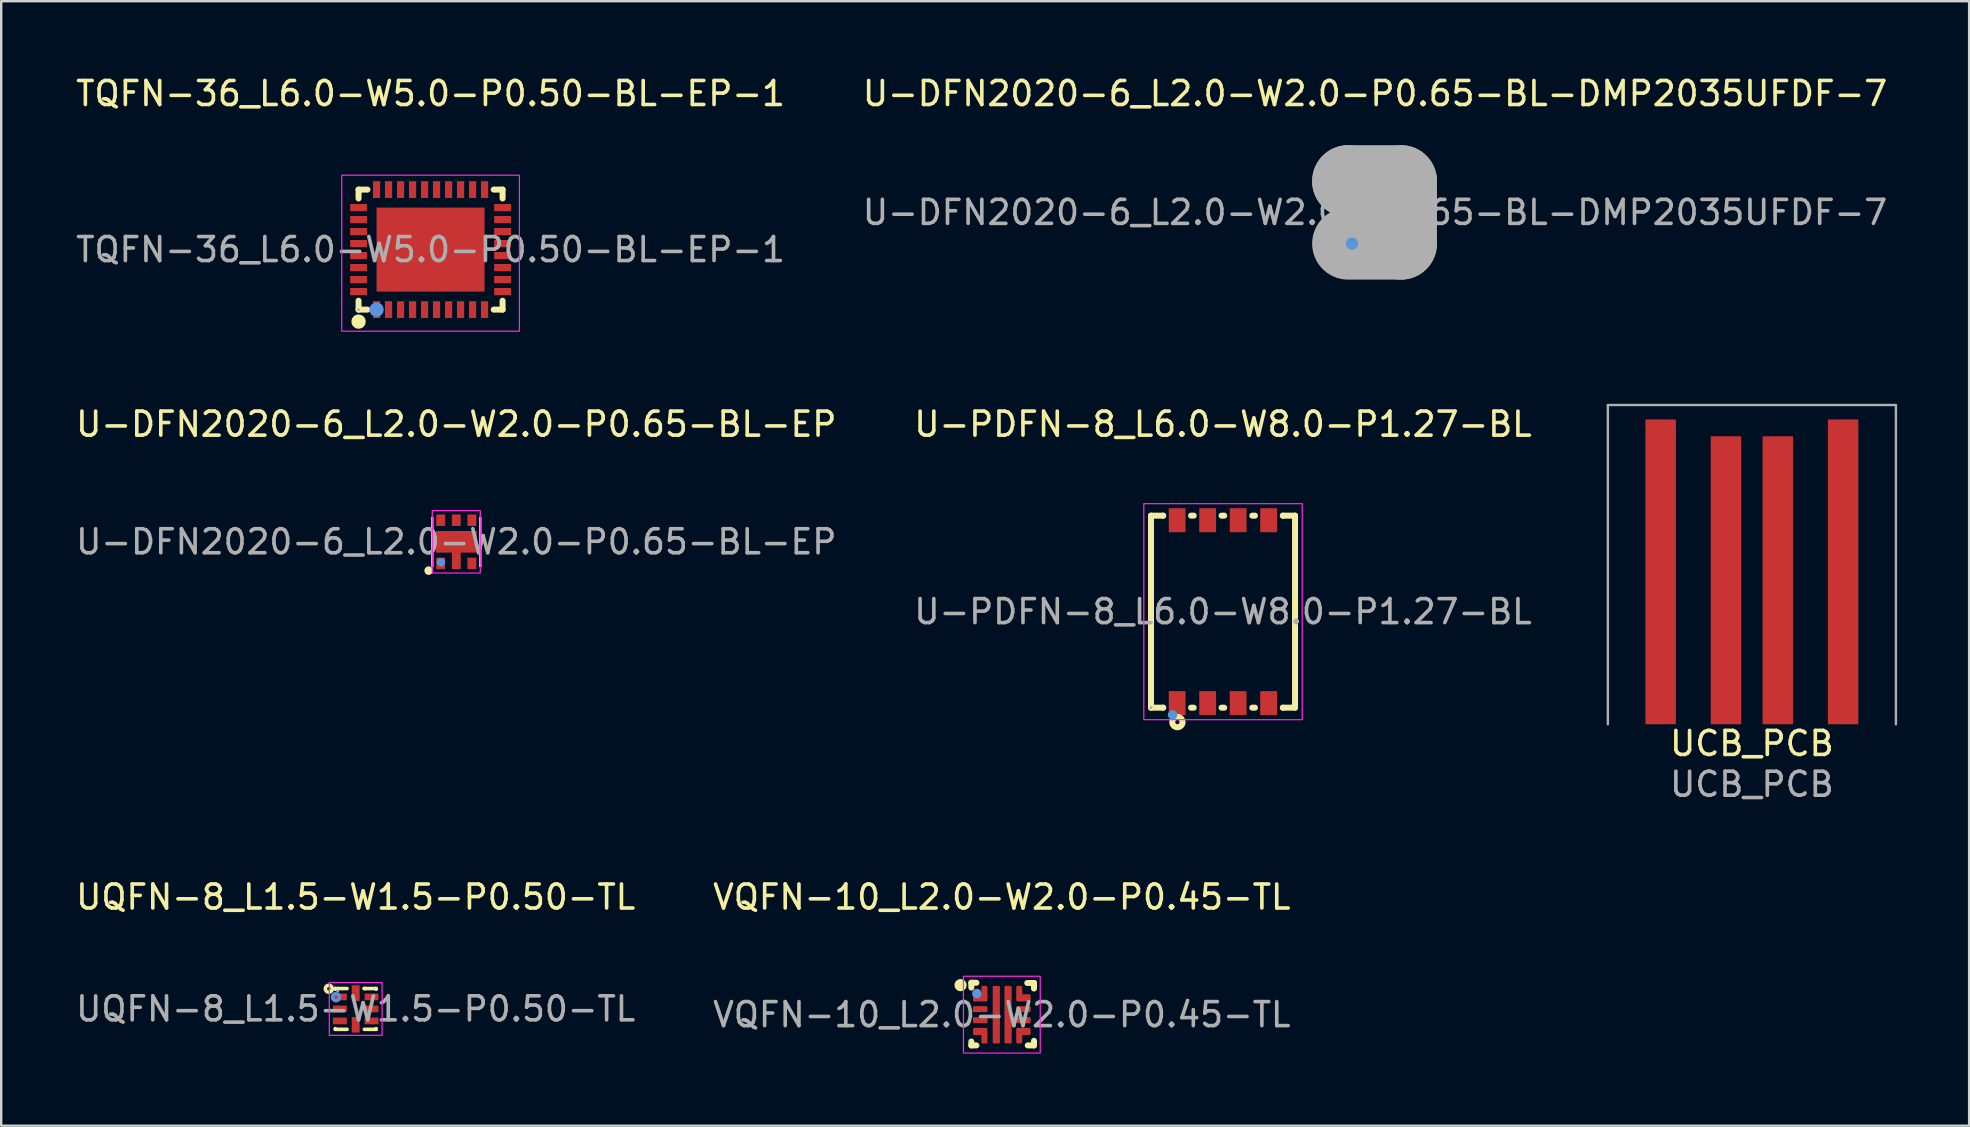
<source format=kicad_pcb>
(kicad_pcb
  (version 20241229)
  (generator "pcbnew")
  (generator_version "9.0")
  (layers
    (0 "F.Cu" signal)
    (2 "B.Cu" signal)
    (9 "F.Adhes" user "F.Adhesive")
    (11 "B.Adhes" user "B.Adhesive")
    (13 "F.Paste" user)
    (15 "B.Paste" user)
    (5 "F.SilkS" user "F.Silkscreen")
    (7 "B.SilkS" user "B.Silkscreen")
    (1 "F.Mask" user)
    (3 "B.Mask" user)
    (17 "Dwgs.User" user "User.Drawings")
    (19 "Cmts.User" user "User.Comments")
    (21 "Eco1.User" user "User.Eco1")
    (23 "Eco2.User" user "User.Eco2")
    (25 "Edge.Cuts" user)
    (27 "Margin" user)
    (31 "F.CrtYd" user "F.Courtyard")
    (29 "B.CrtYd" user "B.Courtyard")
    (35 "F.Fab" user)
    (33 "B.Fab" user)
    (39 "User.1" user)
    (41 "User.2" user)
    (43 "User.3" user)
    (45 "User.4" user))
  (footprint "TQFN-36_L6.0-W5.0-P0.50-BL-EP-1"
    (layer "F.Cu")
    (at 14.887 7.348)
    (property "Reference" "TQFN-36_L6.0-W5.0-P0.50-BL-EP-1" (at 0 -6.5 0) (layer "F.SilkS") (effects (font (size 1 1) (thickness 0.15))))
    (attr smd)
    (fp_line (start -3 -2.5) (end -3 -2.13) (stroke (width 0.25) (type solid)) (layer "F.SilkS"))
    (fp_line (start -3 -2.5) (end -2.63 -2.5) (stroke (width 0.25) (type solid)) (layer "F.SilkS"))
    (fp_line (start -3 2.13) (end -3 2.5) (stroke (width 0.25) (type solid)) (layer "F.SilkS"))
    (fp_line (start -3 2.5) (end -2.63 2.5) (stroke (width 0.25) (type solid)) (layer "F.SilkS"))
    (fp_line (start 2.63 -2.5) (end 3 -2.5) (stroke (width 0.25) (type solid)) (layer "F.SilkS"))
    (fp_line (start 2.63 2.5) (end 3 2.5) (stroke (width 0.25) (type solid)) (layer "F.SilkS"))
    (fp_line (start 3 -2.13) (end 3 -2.5) (stroke (width 0.25) (type solid)) (layer "F.SilkS"))
    (fp_line (start 3 2.5) (end 3 2.13) (stroke (width 0.25) (type solid)) (layer "F.SilkS"))
    (fp_circle (center -3 3) (end -2.85 3) (stroke (width 0.3) (type solid)) (fill no) (layer "F.SilkS"))
    (fp_circle (center -2.25 2.5) (end -2.1 2.5) (stroke (width 0.3) (type solid)) (fill no) (layer "Cmts.User"))
    (fp_rect (start -3.7 -3.1) (end 3.7 3.4) (stroke (width 0.05) (type default)) (fill no) (layer "F.CrtYd"))
    (fp_circle (center -3 2.5) (end -2.97 2.5) (stroke (width 0.06) (type solid)) (fill no) (layer "F.Fab"))
    (fp_text user "${REFERENCE}" (at 0 0 0) (layer "F.Fab") (effects (font (size 1 1) (thickness 0.15))))
    (pad "1" smd rect (at -2.25 2.5 180) (size 0.3 0.7) (layers "F.Cu" "F.Mask" "F.Paste"))
    (pad "2" smd rect (at -1.75 2.5 180) (size 0.3 0.7) (layers "F.Cu" "F.Mask" "F.Paste"))
    (pad "3" smd rect (at -1.25 2.5 180) (size 0.3 0.7) (layers "F.Cu" "F.Mask" "F.Paste"))
    (pad "4" smd rect (at -0.75 2.5 180) (size 0.3 0.7) (layers "F.Cu" "F.Mask" "F.Paste"))
    (pad "5" smd rect (at -0.25 2.5 180) (size 0.3 0.7) (layers "F.Cu" "F.Mask" "F.Paste"))
    (pad "6" smd rect (at 0.25 2.5 180) (size 0.3 0.7) (layers "F.Cu" "F.Mask" "F.Paste"))
    (pad "7" smd rect (at 0.75 2.5 180) (size 0.3 0.7) (layers "F.Cu" "F.Mask" "F.Paste"))
    (pad "8" smd rect (at 1.25 2.5 180) (size 0.3 0.7) (layers "F.Cu" "F.Mask" "F.Paste"))
    (pad "9" smd rect (at 1.75 2.5 180) (size 0.3 0.7) (layers "F.Cu" "F.Mask" "F.Paste"))
    (pad "10" smd rect (at 2.25 2.5 180) (size 0.3 0.7) (layers "F.Cu" "F.Mask" "F.Paste"))
    (pad "11" smd rect (at 3 1.75 270) (size 0.3 0.7) (layers "F.Cu" "F.Mask" "F.Paste"))
    (pad "12" smd rect (at 3 1.25 270) (size 0.3 0.7) (layers "F.Cu" "F.Mask" "F.Paste"))
    (pad "13" smd rect (at 3 0.75 270) (size 0.3 0.7) (layers "F.Cu" "F.Mask" "F.Paste"))
    (pad "14" smd rect (at 3 0.25 270) (size 0.3 0.7) (layers "F.Cu" "F.Mask" "F.Paste"))
    (pad "15" smd rect (at 3 -0.25 270) (size 0.3 0.7) (layers "F.Cu" "F.Mask" "F.Paste"))
    (pad "16" smd rect (at 3 -0.75 270) (size 0.3 0.7) (layers "F.Cu" "F.Mask" "F.Paste"))
    (pad "17" smd rect (at 3 -1.25 270) (size 0.3 0.7) (layers "F.Cu" "F.Mask" "F.Paste"))
    (pad "18" smd rect (at 3 -1.75 270) (size 0.3 0.7) (layers "F.Cu" "F.Mask" "F.Paste"))
    (pad "19" smd rect (at 2.25 -2.5) (size 0.3 0.7) (layers "F.Cu" "F.Mask" "F.Paste"))
    (pad "20" smd rect (at 1.75 -2.5) (size 0.3 0.7) (layers "F.Cu" "F.Mask" "F.Paste"))
    (pad "21" smd rect (at 1.25 -2.5) (size 0.3 0.7) (layers "F.Cu" "F.Mask" "F.Paste"))
    (pad "22" smd rect (at 0.75 -2.5) (size 0.3 0.7) (layers "F.Cu" "F.Mask" "F.Paste"))
    (pad "23" smd rect (at 0.25 -2.5) (size 0.3 0.7) (layers "F.Cu" "F.Mask" "F.Paste"))
    (pad "24" smd rect (at -0.25 -2.5) (size 0.3 0.7) (layers "F.Cu" "F.Mask" "F.Paste"))
    (pad "25" smd rect (at -0.75 -2.5) (size 0.3 0.7) (layers "F.Cu" "F.Mask" "F.Paste"))
    (pad "26" smd rect (at -1.25 -2.5) (size 0.3 0.7) (layers "F.Cu" "F.Mask" "F.Paste"))
    (pad "27" smd rect (at -1.75 -2.5) (size 0.3 0.7) (layers "F.Cu" "F.Mask" "F.Paste"))
    (pad "28" smd rect (at -2.25 -2.5) (size 0.3 0.7) (layers "F.Cu" "F.Mask" "F.Paste"))
    (pad "29" smd rect (at -3 -1.75 90) (size 0.3 0.7) (layers "F.Cu" "F.Mask" "F.Paste"))
    (pad "30" smd rect (at -3 -1.25 90) (size 0.3 0.7) (layers "F.Cu" "F.Mask" "F.Paste"))
    (pad "31" smd rect (at -3 -0.75 90) (size 0.3 0.7) (layers "F.Cu" "F.Mask" "F.Paste"))
    (pad "32" smd rect (at -3 -0.25 90) (size 0.3 0.7) (layers "F.Cu" "F.Mask" "F.Paste"))
    (pad "33" smd rect (at -3 0.25 90) (size 0.3 0.7) (layers "F.Cu" "F.Mask" "F.Paste"))
    (pad "34" smd rect (at -3 0.75 90) (size 0.3 0.7) (layers "F.Cu" "F.Mask" "F.Paste"))
    (pad "35" smd rect (at -3 1.25 90) (size 0.3 0.7) (layers "F.Cu" "F.Mask" "F.Paste"))
    (pad "36" smd rect (at -3 1.75 90) (size 0.3 0.7) (layers "F.Cu" "F.Mask" "F.Paste"))
    (pad "37" smd rect (at 0 0 90) (size 3.5 4.5) (layers "F.Cu" "F.Mask" "F.Paste")))
  (footprint "VQFN-10_L2.0-W2.0-P0.45-TL"
    (layer "F.Cu")
    (at 38.685 39.22)
    (property "Reference" "VQFN-10_L2.0-W2.0-P0.45-TL" (at 0 -4.9 0) (layer "F.SilkS") (effects (font (size 1 1) (thickness 0.15))))
    (attr smd)
    (fp_line (start -1.27 -1.33) (end -1.06 -1.33) (stroke (width 0.25) (type solid)) (layer "F.SilkS"))
    (fp_line (start -1.27 -1.13) (end -1.27 -1.33) (stroke (width 0.25) (type solid)) (layer "F.SilkS"))
    (fp_line (start -1.27 1.28) (end -1.27 1.12) (stroke (width 0.25) (type solid)) (layer "F.SilkS"))
    (fp_line (start -1.06 1.28) (end -1.27 1.28) (stroke (width 0.25) (type solid)) (layer "F.SilkS"))
    (fp_line (start 1.06 -1.32) (end 1.34 -1.32) (stroke (width 0.25) (type solid)) (layer "F.SilkS"))
    (fp_line (start 1.34 -1.32) (end 1.34 -1.09) (stroke (width 0.25) (type solid)) (layer "F.SilkS"))
    (fp_line (start 1.34 1.09) (end 1.34 1.28) (stroke (width 0.25) (type solid)) (layer "F.SilkS"))
    (fp_line (start 1.34 1.28) (end 1.08 1.28) (stroke (width 0.25) (type solid)) (layer "F.SilkS"))
    (fp_circle (center -1.72 -1.23) (end -1.59 -1.23) (stroke (width 0.25) (type solid)) (fill no) (layer "F.SilkS"))
    (fp_circle (center -1.04 -0.88) (end -0.94 -0.88) (stroke (width 0.2) (type solid)) (fill no) (layer "Cmts.User"))
    (fp_rect (start -1.6 -1.6) (end 1.6 1.6) (stroke (width 0.05) (type default)) (fill no) (layer "F.CrtYd"))
    (fp_circle (center -1 -1) (end -0.97 -1) (stroke (width 0.06) (type solid)) (fill no) (layer "F.Fab"))
    (fp_text user "${REFERENCE}" (at 0 0 0) (layer "F.Fab") (effects (font (size 1 1) (thickness 0.15))))
    (pad "1" smd custom (at -0.725 -0.7) (size 0.204 0.204) (layers "F.Cu" "F.Mask" "F.Paste") (options (anchor circle)) (primitives (gr_poly (pts (xy -0.075 -0.45) (xy -0.075 -0.1) (xy -0.425 -0.1) (xy -0.425 0.1) (xy -0.075 0.1) (xy 0.075 0.1) (xy 0.075 -0.18) (xy 0.075 -0.45) (xy -0.075 -0.45)) (width 0.1) (fill yes))))
    (pad "2" smd roundrect (at -0.9 -0.23 270) (size 0.25 0.6) (layers "F.Cu" "F.Mask" "F.Paste") (roundrect_rratio 0.2))
    (pad "3" smd roundrect (at -0.9 0.23 270) (size 0.25 0.6) (layers "F.Cu" "F.Mask" "F.Paste") (roundrect_rratio 0.2))
    (pad "4" smd custom (at -0.725 0.7 180) (size 0.204 0.204) (layers "F.Cu" "F.Mask" "F.Paste") (options (anchor circle)) (primitives (gr_poly (pts (xy 0.075 -0.45) (xy 0.075 -0.1) (xy 0.425 -0.1) (xy 0.425 0.1) (xy 0.075 0.1) (xy -0.075 0.1) (xy -0.075 -0.18) (xy -0.075 -0.45) (xy 0.075 -0.45)) (width 0.1) (fill yes))))
    (pad "5" smd roundrect (at -0.23 0) (size 0.3 2.4) (layers "F.Cu" "F.Mask" "F.Paste") (roundrect_rratio 0.167))
    (pad "6" smd roundrect (at 0.26 0) (size 0.3 2.4) (layers "F.Cu" "F.Mask" "F.Paste") (roundrect_rratio 0.167))
    (pad "7" smd custom (at 0.725 0.7 180) (size 0.204 0.204) (layers "F.Cu" "F.Mask" "F.Paste") (options (anchor circle)) (primitives (gr_poly (pts (xy -0.075 -0.45) (xy -0.075 -0.1) (xy -0.425 -0.1) (xy -0.425 0.1) (xy -0.075 0.1) (xy 0.075 0.1) (xy 0.075 -0.18) (xy 0.075 -0.45) (xy -0.075 -0.45)) (width 0.1) (fill yes))))
    (pad "8" smd roundrect (at 0.9 0.23 270) (size 0.25 0.6) (layers "F.Cu" "F.Mask" "F.Paste") (roundrect_rratio 0.2))
    (pad "9" smd roundrect (at 0.9 -0.23 270) (size 0.25 0.6) (layers "F.Cu" "F.Mask" "F.Paste") (roundrect_rratio 0.2))
    (pad "10" smd custom (at 0.725 -0.7) (size 0.204 0.204) (layers "F.Cu" "F.Mask" "F.Paste") (options (anchor circle)) (primitives (gr_poly (pts (xy 0.075 -0.45) (xy 0.075 -0.1) (xy 0.425 -0.1) (xy 0.425 0.1) (xy 0.075 0.1) (xy -0.075 0.1) (xy -0.075 -0.18) (xy -0.075 -0.45) (xy 0.075 -0.45)) (width 0.1) (fill yes)))))
  (footprint "U-DFN2020-6_L2.0-W2.0-P0.65-BL-DMP2035UFDF-7"
    (layer "F.Cu")
    (at 54.232 5.798)
    (property "Reference" "U-DFN2020-6_L2.0-W2.0-P0.65-BL-DMP2035UFDF-7" (at 0 -4.95 0) (layer "F.SilkS") (effects (font (size 1 1) (thickness 0.15))))
    (attr smd)
    (fp_arc (start -1.06 1.5) (mid -1.06 1.5) (end -1.06 1.5) (stroke (width 0.25) (type solid)) (layer "F.SilkS"))
    (fp_circle (center -0.96 1.3) (end -0.83 1.3) (stroke (width 0.25) (type solid)) (fill no) (layer "Cmts.User"))
    (fp_line (start -1.12 -1.3) (end -1.12 -1.3) (stroke (width 3) (type solid)) (layer "F.Fab"))
    (fp_line (start -1.12 -1.3) (end 1.08 -1.3) (stroke (width 3) (type solid)) (layer "F.Fab"))
    (fp_line (start 1.08 -1.3) (end 1.08 1.3) (stroke (width 3) (type solid)) (layer "F.Fab"))
    (fp_line (start 1.08 1.3) (end -1.12 1.3) (stroke (width 3) (type solid)) (layer "F.Fab"))
    (fp_circle (center -1.04 1.02) (end -1.01 1.02) (stroke (width 0.06) (type solid)) (fill no) (layer "F.Fab"))
    (fp_text user "${REFERENCE}" (at 0 0 0) (layer "F.Fab") (effects (font (size 1 1) (thickness 0.15))))
    (pad "1" smd rect (at -0.68 0.95 90) (size 0.44 0.35) (layers "F.Cu" "F.Mask" "F.Paste"))
    (pad "2" smd rect (at -0.02 0.95 90) (size 0.44 0.35) (layers "F.Cu" "F.Mask" "F.Paste"))
    (pad "3" smd rect (at 0.64 0.95 90) (size 0.44 0.35) (layers "F.Cu" "F.Mask" "F.Paste"))
    (pad "4" smd rect (at 0.64 -0.95 90) (size 0.44 0.35) (layers "F.Cu" "F.Mask" "F.Paste"))
    (pad "5" smd rect (at -0.02 -0.95 90) (size 0.44 0.35) (layers "F.Cu" "F.Mask" "F.Paste"))
    (pad "6" smd rect (at -0.68 -0.95 90) (size 0.44 0.35) (layers "F.Cu" "F.Mask" "F.Paste"))
    (pad "7" smd rect (at -0.28 0) (size 1.1 1.05) (layers "F.Cu" "F.Mask" "F.Paste"))
    (pad "8" smd rect (at 0.68 0) (size 0.4 0.8) (layers "F.Cu" "F.Mask" "F.Paste")))
  (footprint "U-DFN2020-6_L2.0-W2.0-P0.65-BL-EP"
    (layer "F.Cu")
    (at 15.958 19.521)
    (property "Reference" "U-DFN2020-6_L2.0-W2.0-P0.65-BL-EP" (at 0 -4.9 0) (layer "F.SilkS") (effects (font (size 1 1) (thickness 0.15))))
    (attr smd)
    (fp_line (start -1 1) (end -1 -1) (stroke (width 0.1) (type solid)) (layer "F.SilkS"))
    (fp_line (start 1 -1) (end 1 1) (stroke (width 0.1) (type solid)) (layer "F.SilkS"))
    (fp_line (start 1 1) (end 1 1) (stroke (width 0.1) (type solid)) (layer "F.SilkS"))
    (fp_circle (center -1.15 1.2) (end -1.06 1.2) (stroke (width 0.18) (type solid)) (fill no) (layer "F.SilkS"))
    (fp_circle (center -0.64 0.85) (end -0.55 0.85) (stroke (width 0.18) (type solid)) (fill no) (layer "Cmts.User"))
    (fp_rect (start 1 -1.3) (end -1 1.3) (stroke (width 0.05) (type default)) (fill no) (layer "F.CrtYd"))
    (fp_circle (center -1 1) (end -0.97 1) (stroke (width 0.06) (type solid)) (fill no) (layer "F.Fab"))
    (fp_text user "${REFERENCE}" (at 0 0 0) (layer "F.Fab") (effects (font (size 1 1) (thickness 0.15))))
    (pad "1" smd rect (at -0.65 0.9) (size 0.37 0.48) (layers "F.Cu" "F.Mask" "F.Paste"))
    (pad "2" smd rect (at 0 0.74) (size 0.37 0.8) (layers "F.Cu" "F.Mask" "F.Paste"))
    (pad "3" smd rect (at 0.65 0.9) (size 0.37 0.48) (layers "F.Cu" "F.Mask" "F.Paste"))
    (pad "4" smd rect (at 0.65 -0.9) (size 0.37 0.48) (layers "F.Cu" "F.Mask" "F.Paste"))
    (pad "5" smd rect (at 0 -0.9) (size 0.37 0.48) (layers "F.Cu" "F.Mask" "F.Paste"))
    (pad "6" smd rect (at -0.65 -0.9) (size 0.37 0.48) (layers "F.Cu" "F.Mask" "F.Paste"))
    (pad "7" smd rect (at 0 0 90) (size 0.9 1.7) (layers "F.Cu" "F.Mask" "F.Paste")))
  (footprint "UCB_PCB"
    (layer "F.Cu")
    (at 69.931 27.123)
    (property "Reference" "UCB_PCB" (at 0 0.8 0) (unlocked yes) (layer "F.SilkS") (effects (font (size 1 1) (thickness 0.15))))
    (attr through_hole)
    (fp_line (start -6 -13.3) (end 6 -13.3) (stroke (width 0.1) (type default)) (layer "F.Fab"))
    (fp_line (start -6 0) (end -6 -13.3) (stroke (width 0.1) (type default)) (layer "F.Fab"))
    (fp_line (start 6 0) (end 6 -13.3) (stroke (width 0.1) (type default)) (layer "F.Fab"))
    (fp_text user "${REFERENCE}" (at 0 2.5 0) (unlocked yes) (layer "F.Fab") (effects (font (size 1 1) (thickness 0.15))))
    (pad "1" smd roundrect (at -3.8 -6.35) (size 1.27 12.7) (layers "F.Cu" "F.Mask" "F.Paste") (roundrect_rratio 0.02))
    (pad "2" smd roundrect (at -1.08 -6) (size 1.27 12) (layers "F.Cu" "F.Mask" "F.Paste") (roundrect_rratio 0.02))
    (pad "3" smd roundrect (at 1.08 -6) (size 1.27 12) (layers "F.Cu" "F.Mask" "F.Paste") (roundrect_rratio 0.02))
    (pad "4" smd roundrect (at 3.8 -6.35) (size 1.27 12.7) (layers "F.Cu" "F.Mask" "F.Paste") (roundrect_rratio 0.02)))
  (footprint "UQFN-8_L1.5-W1.5-P0.50-TL"
    (layer "F.Cu")
    (at 11.768 38.98)
    (property "Reference" "UQFN-8_L1.5-W1.5-P0.50-TL" (at 0 -4.66 0) (layer "F.SilkS") (effects (font (size 1 1) (thickness 0.15))))
    (attr smd)
    (fp_line (start -0.85 -0.85) (end -0.36 -0.85) (stroke (width 0.15) (type solid)) (layer "F.SilkS"))
    (fp_line (start -0.85 -0.82) (end -0.85 -0.85) (stroke (width 0.15) (type solid)) (layer "F.SilkS"))
    (fp_line (start -0.85 0.85) (end -0.85 0.82) (stroke (width 0.15) (type solid)) (layer "F.SilkS"))
    (fp_line (start -0.36 0.85) (end -0.85 0.85) (stroke (width 0.15) (type solid)) (layer "F.SilkS"))
    (fp_line (start 0.35 -0.85) (end 0.85 -0.85) (stroke (width 0.15) (type solid)) (layer "F.SilkS"))
    (fp_line (start 0.36 -0.85) (end 0.4 -0.85) (stroke (width 0.15) (type solid)) (layer "F.SilkS"))
    (fp_line (start 0.85 -0.85) (end 0.85 -0.82) (stroke (width 0.15) (type solid)) (layer "F.SilkS"))
    (fp_line (start 0.85 0.82) (end 0.85 0.85) (stroke (width 0.15) (type solid)) (layer "F.SilkS"))
    (fp_line (start 0.85 0.85) (end 0.36 0.85) (stroke (width 0.15) (type solid)) (layer "F.SilkS"))
    (fp_circle (center -1.12 -0.84) (end -1.05 -0.84) (stroke (width 0.15) (type solid)) (fill no) (layer "F.SilkS"))
    (fp_circle (center -0.82 -0.49) (end -0.75 -0.49) (stroke (width 0.15) (type solid)) (fill no) (layer "Cmts.User"))
    (fp_rect (start -1.1 -1.1) (end 1.1 1.1) (stroke (width 0.05) (type default)) (fill no) (layer "F.CrtYd"))
    (fp_circle (center -0.75 -0.75) (end -0.72 -0.75) (stroke (width 0.06) (type solid)) (fill no) (layer "F.Fab"))
    (fp_text user "${REFERENCE}" (at 0 0 0) (layer "F.Fab") (effects (font (size 1 1) (thickness 0.15))))
    (pad "1" smd rect (at -0.66 -0.5) (size 0.58 0.28) (layers "F.Cu" "F.Mask" "F.Paste"))
    (pad "2" smd rect (at -0.66 0) (size 0.58 0.28) (layers "F.Cu" "F.Mask" "F.Paste"))
    (pad "3" smd rect (at -0.66 0.5) (size 0.58 0.28) (layers "F.Cu" "F.Mask" "F.Paste"))
    (pad "4" smd rect (at 0 0.66) (size 0.33 0.65) (layers "F.Cu" "F.Mask" "F.Paste"))
    (pad "5" smd rect (at 0.66 0.5) (size 0.58 0.28) (layers "F.Cu" "F.Mask" "F.Paste"))
    (pad "6" smd rect (at 0.66 0) (size 0.58 0.28) (layers "F.Cu" "F.Mask" "F.Paste"))
    (pad "7" smd rect (at 0.66 -0.5) (size 0.58 0.28) (layers "F.Cu" "F.Mask" "F.Paste"))
    (pad "8" smd rect (at 0 -0.66) (size 0.33 0.65) (layers "F.Cu" "F.Mask" "F.Paste")))
  (footprint "U-PDFN-8_L6.0-W8.0-P1.27-BL"
    (layer "F.Cu")
    (at 47.899 22.431)
    (property "Reference" "U-PDFN-8_L6.0-W8.0-P1.27-BL" (at 0 -7.81 0) (layer "F.SilkS") (effects (font (size 1 1) (thickness 0.15))))
    (attr smd)
    (fp_line (start -3 -4) (end -3 4) (stroke (width 0.25) (type solid)) (layer "F.SilkS"))
    (fp_line (start -3 -4) (end -2.5 -4) (stroke (width 0.25) (type solid)) (layer "F.SilkS"))
    (fp_line (start -3 4) (end -2.5 4) (stroke (width 0.25) (type solid)) (layer "F.SilkS"))
    (fp_line (start -2.5 -4) (end -2.49 -4) (stroke (width 0.25) (type solid)) (layer "F.SilkS"))
    (fp_line (start -2.5 4) (end -2.49 4) (stroke (width 0.25) (type solid)) (layer "F.SilkS"))
    (fp_line (start -1.33 -4) (end -1.22 -4) (stroke (width 0.25) (type solid)) (layer "F.SilkS"))
    (fp_line (start -1.33 4) (end -1.22 4) (stroke (width 0.25) (type solid)) (layer "F.SilkS"))
    (fp_line (start -0.06 -4) (end 0.05 -4) (stroke (width 0.25) (type solid)) (layer "F.SilkS"))
    (fp_line (start -0.06 4) (end 0.05 4) (stroke (width 0.25) (type solid)) (layer "F.SilkS"))
    (fp_line (start 1.22 -4) (end 1.33 -4) (stroke (width 0.25) (type solid)) (layer "F.SilkS"))
    (fp_line (start 1.22 4) (end 1.33 4) (stroke (width 0.25) (type solid)) (layer "F.SilkS"))
    (fp_line (start 2.49 -4) (end 2.5 -4) (stroke (width 0.25) (type solid)) (layer "F.SilkS"))
    (fp_line (start 2.49 4) (end 2.5 4) (stroke (width 0.25) (type solid)) (layer "F.SilkS"))
    (fp_line (start 2.5 -4) (end 3 -4) (stroke (width 0.25) (type solid)) (layer "F.SilkS"))
    (fp_line (start 2.5 4) (end 3 4) (stroke (width 0.25) (type solid)) (layer "F.SilkS"))
    (fp_line (start 3 -4) (end 3 4) (stroke (width 0.25) (type solid)) (layer "F.SilkS"))
    (fp_circle (center -1.9 4.6) (end -1.81 4.6) (stroke (width 0.25) (type solid)) (fill no) (layer "F.SilkS"))
    (fp_circle (center -2.1 4.3) (end -2 4.3) (stroke (width 0.2) (type solid)) (fill no) (layer "Cmts.User"))
    (fp_rect (start 3.3 -4.5) (end -3.3 4.5) (stroke (width 0.05) (type default)) (fill no) (layer "F.CrtYd"))
    (fp_circle (center -3 4) (end -2.97 4) (stroke (width 0.06) (type solid)) (fill no) (layer "F.Fab"))
    (fp_text user "${REFERENCE}" (at 0 0 0) (layer "F.Fab") (effects (font (size 1 1) (thickness 0.15))))
    (pad "1" smd rect (at -1.91 3.81 180) (size 0.7 1) (layers "F.Cu" "F.Mask" "F.Paste"))
    (pad "2" smd rect (at -0.64 3.81) (size 0.7 1) (layers "F.Cu" "F.Mask" "F.Paste"))
    (pad "3" smd rect (at 0.63 3.81) (size 0.7 1) (layers "F.Cu" "F.Mask" "F.Paste"))
    (pad "4" smd rect (at 1.9 3.81) (size 0.7 1) (layers "F.Cu" "F.Mask" "F.Paste"))
    (pad "5" smd rect (at 1.9 -3.81) (size 0.7 1) (layers "F.Cu" "F.Mask" "F.Paste"))
    (pad "6" smd rect (at 0.63 -3.81) (size 0.7 1) (layers "F.Cu" "F.Mask" "F.Paste"))
    (pad "7" smd rect (at -0.64 -3.81) (size 0.7 1) (layers "F.Cu" "F.Mask" "F.Paste"))
    (pad "8" smd rect (at -1.91 -3.81) (size 0.7 1) (layers "F.Cu" "F.Mask" "F.Paste")))
  (gr_rect
    (start -3 -3)
    (end 78.981 43.845)
    (stroke (width 0.1) (type default))
    (fill no)
    (layer "Edge.Cuts")))
</source>
